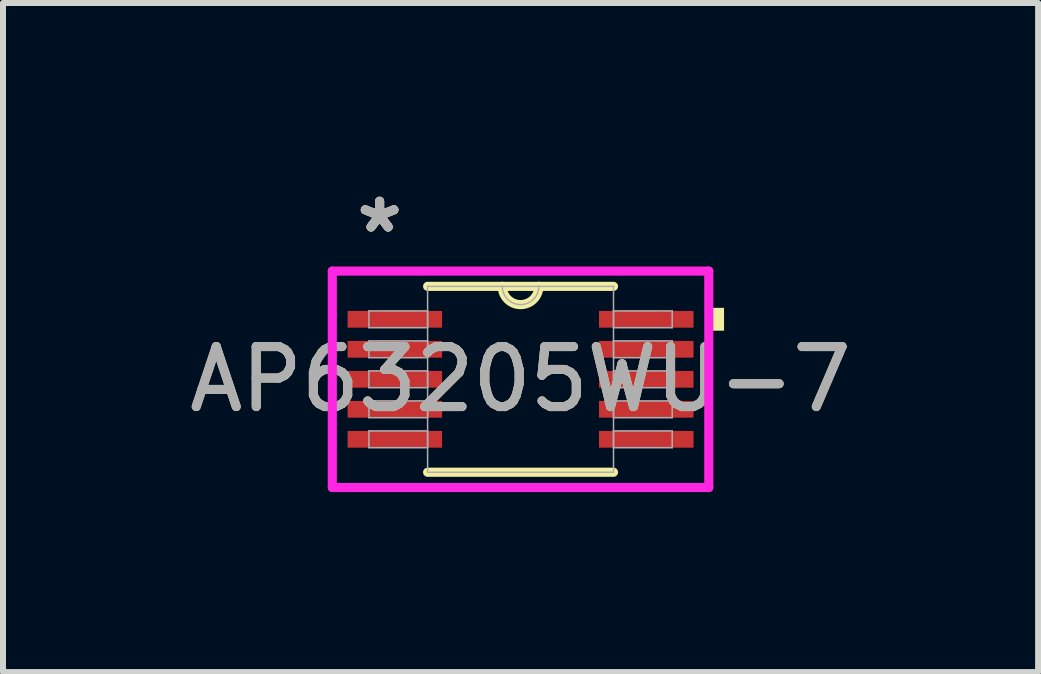
<source format=kicad_pcb>
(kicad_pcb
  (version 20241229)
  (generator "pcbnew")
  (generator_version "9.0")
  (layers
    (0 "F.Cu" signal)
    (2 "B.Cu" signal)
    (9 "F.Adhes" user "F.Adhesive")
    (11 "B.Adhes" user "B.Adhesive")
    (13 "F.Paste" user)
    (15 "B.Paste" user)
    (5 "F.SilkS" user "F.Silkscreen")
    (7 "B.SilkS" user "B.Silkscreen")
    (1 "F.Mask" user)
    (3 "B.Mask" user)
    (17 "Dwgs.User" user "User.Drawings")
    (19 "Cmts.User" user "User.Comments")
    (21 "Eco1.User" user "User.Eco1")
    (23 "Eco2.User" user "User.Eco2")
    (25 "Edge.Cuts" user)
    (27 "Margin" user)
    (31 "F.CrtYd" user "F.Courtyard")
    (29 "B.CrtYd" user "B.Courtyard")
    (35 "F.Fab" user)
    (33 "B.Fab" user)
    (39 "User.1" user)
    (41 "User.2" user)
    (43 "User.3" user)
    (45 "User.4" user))
  (footprint "AP63205WU-7"
    (layer "F.Cu")
    (at 5.625 3.271)
    (property "Reference" "AP63205WU-7" (at 0 0 0) (unlocked yes) (layer "F.SilkS") (effects (font (size 1 1) (thickness 0.15))))
    (attr smd)
    (fp_line (start -1.549 1.549) (end 1.549 1.549) (stroke (width 0.152) (type solid)) (layer "F.SilkS"))
    (fp_line (start 1.549 -1.549) (end -1.549 -1.549) (stroke (width 0.152) (type solid)) (layer "F.SilkS"))
    (fp_arc (start 0.3048 -1.5494) (mid 0 -1.2446) (end -0.3048 -1.5494) (stroke (width 0.1524) (type solid)) (layer "F.SilkS"))
    (fp_poly (pts (xy 3.391 -1.191) (xy 3.391 -0.81) (xy 3.137 -0.81) (xy 3.137 -1.191)) (stroke (width 0) (type solid)) (fill yes) (layer "F.SilkS"))
    (fp_line (start -3.137 -1.803) (end 3.137 -1.803) (stroke (width 0.152) (type solid)) (layer "F.CrtYd"))
    (fp_line (start -3.137 1.803) (end -3.137 -1.803) (stroke (width 0.152) (type solid)) (layer "F.CrtYd"))
    (fp_line (start 3.137 -1.803) (end 3.137 1.803) (stroke (width 0.152) (type solid)) (layer "F.CrtYd"))
    (fp_line (start 3.137 1.803) (end -3.137 1.803) (stroke (width 0.152) (type solid)) (layer "F.CrtYd"))
    (fp_line (start -2.527 -1.14) (end -2.527 -0.86) (stroke (width 0.025) (type solid)) (layer "F.Fab"))
    (fp_line (start -2.527 -0.86) (end -1.549 -0.86) (stroke (width 0.025) (type solid)) (layer "F.Fab"))
    (fp_line (start -2.527 -0.64) (end -2.527 -0.36) (stroke (width 0.025) (type solid)) (layer "F.Fab"))
    (fp_line (start -2.527 -0.36) (end -1.549 -0.36) (stroke (width 0.025) (type solid)) (layer "F.Fab"))
    (fp_line (start -2.527 -0.14) (end -2.527 0.14) (stroke (width 0.025) (type solid)) (layer "F.Fab"))
    (fp_line (start -2.527 0.14) (end -1.549 0.14) (stroke (width 0.025) (type solid)) (layer "F.Fab"))
    (fp_line (start -2.527 0.36) (end -2.527 0.64) (stroke (width 0.025) (type solid)) (layer "F.Fab"))
    (fp_line (start -2.527 0.64) (end -1.549 0.64) (stroke (width 0.025) (type solid)) (layer "F.Fab"))
    (fp_line (start -2.527 0.86) (end -2.527 1.14) (stroke (width 0.025) (type solid)) (layer "F.Fab"))
    (fp_line (start -2.527 1.14) (end -1.549 1.14) (stroke (width 0.025) (type solid)) (layer "F.Fab"))
    (fp_line (start -1.549 -1.549) (end -1.549 1.549) (stroke (width 0.025) (type solid)) (layer "F.Fab"))
    (fp_line (start -1.549 -1.14) (end -2.527 -1.14) (stroke (width 0.025) (type solid)) (layer "F.Fab"))
    (fp_line (start -1.549 -0.86) (end -1.549 -1.14) (stroke (width 0.025) (type solid)) (layer "F.Fab"))
    (fp_line (start -1.549 -0.64) (end -2.527 -0.64) (stroke (width 0.025) (type solid)) (layer "F.Fab"))
    (fp_line (start -1.549 -0.36) (end -1.549 -0.64) (stroke (width 0.025) (type solid)) (layer "F.Fab"))
    (fp_line (start -1.549 -0.14) (end -2.527 -0.14) (stroke (width 0.025) (type solid)) (layer "F.Fab"))
    (fp_line (start -1.549 0.14) (end -1.549 -0.14) (stroke (width 0.025) (type solid)) (layer "F.Fab"))
    (fp_line (start -1.549 0.36) (end -2.527 0.36) (stroke (width 0.025) (type solid)) (layer "F.Fab"))
    (fp_line (start -1.549 0.64) (end -1.549 0.36) (stroke (width 0.025) (type solid)) (layer "F.Fab"))
    (fp_line (start -1.549 0.86) (end -2.527 0.86) (stroke (width 0.025) (type solid)) (layer "F.Fab"))
    (fp_line (start -1.549 1.14) (end -1.549 0.86) (stroke (width 0.025) (type solid)) (layer "F.Fab"))
    (fp_line (start -1.549 1.549) (end 1.549 1.549) (stroke (width 0.025) (type solid)) (layer "F.Fab"))
    (fp_line (start 1.549 -1.549) (end -1.549 -1.549) (stroke (width 0.025) (type solid)) (layer "F.Fab"))
    (fp_line (start 1.549 -1.14) (end 1.549 -0.86) (stroke (width 0.025) (type solid)) (layer "F.Fab"))
    (fp_line (start 1.549 -0.86) (end 2.527 -0.86) (stroke (width 0.025) (type solid)) (layer "F.Fab"))
    (fp_line (start 1.549 -0.64) (end 1.549 -0.36) (stroke (width 0.025) (type solid)) (layer "F.Fab"))
    (fp_line (start 1.549 -0.36) (end 2.527 -0.36) (stroke (width 0.025) (type solid)) (layer "F.Fab"))
    (fp_line (start 1.549 -0.14) (end 1.549 0.14) (stroke (width 0.025) (type solid)) (layer "F.Fab"))
    (fp_line (start 1.549 0.14) (end 2.527 0.14) (stroke (width 0.025) (type solid)) (layer "F.Fab"))
    (fp_line (start 1.549 0.36) (end 1.549 0.64) (stroke (width 0.025) (type solid)) (layer "F.Fab"))
    (fp_line (start 1.549 0.64) (end 2.527 0.64) (stroke (width 0.025) (type solid)) (layer "F.Fab"))
    (fp_line (start 1.549 0.86) (end 1.549 1.14) (stroke (width 0.025) (type solid)) (layer "F.Fab"))
    (fp_line (start 1.549 1.14) (end 2.527 1.14) (stroke (width 0.025) (type solid)) (layer "F.Fab"))
    (fp_line (start 1.549 1.549) (end 1.549 -1.549) (stroke (width 0.025) (type solid)) (layer "F.Fab"))
    (fp_line (start 2.527 -1.14) (end 1.549 -1.14) (stroke (width 0.025) (type solid)) (layer "F.Fab"))
    (fp_line (start 2.527 -0.86) (end 2.527 -1.14) (stroke (width 0.025) (type solid)) (layer "F.Fab"))
    (fp_line (start 2.527 -0.64) (end 1.549 -0.64) (stroke (width 0.025) (type solid)) (layer "F.Fab"))
    (fp_line (start 2.527 -0.36) (end 2.527 -0.64) (stroke (width 0.025) (type solid)) (layer "F.Fab"))
    (fp_line (start 2.527 -0.14) (end 1.549 -0.14) (stroke (width 0.025) (type solid)) (layer "F.Fab"))
    (fp_line (start 2.527 0.14) (end 2.527 -0.14) (stroke (width 0.025) (type solid)) (layer "F.Fab"))
    (fp_line (start 2.527 0.36) (end 1.549 0.36) (stroke (width 0.025) (type solid)) (layer "F.Fab"))
    (fp_line (start 2.527 0.64) (end 2.527 0.36) (stroke (width 0.025) (type solid)) (layer "F.Fab"))
    (fp_line (start 2.527 0.86) (end 1.549 0.86) (stroke (width 0.025) (type solid)) (layer "F.Fab"))
    (fp_line (start 2.527 1.14) (end 2.527 0.86) (stroke (width 0.025) (type solid)) (layer "F.Fab"))
    (fp_arc (start 0.3048 -1.5494) (mid 0 -1.2446) (end -0.3048 -1.5494) (stroke (width 0.0254) (type solid)) (layer "F.Fab"))
    (fp_text user "*" (at -2.349 -2.422 0) (unlocked yes) (layer "F.SilkS") (effects (font (size 1 1) (thickness 0.15))))
    (fp_text user "*" (at -2.349 -2.422 0) (layer "F.SilkS") (effects (font (size 1 1) (thickness 0.15))))
    (fp_text user "*" (at -2.349 -2.422 0) (unlocked yes) (layer "F.Fab") (effects (font (size 1 1) (thickness 0.15))))
    (fp_text user "${REFERENCE}" (at 0 0 0) (unlocked yes) (layer "F.Fab") (effects (font (size 1 1) (thickness 0.15))))
    (fp_text user "*" (at -2.349 -2.422 0) (layer "F.Fab") (effects (font (size 1 1) (thickness 0.15))))
    (pad "1" smd rect (at -2.095 -1) (size 1.575 0.279) (layers "F.Cu" "F.Mask" "F.Paste"))
    (pad "2" smd rect (at -2.095 -0.5) (size 1.575 0.279) (layers "F.Cu" "F.Mask" "F.Paste"))
    (pad "3" smd rect (at -2.095 0) (size 1.575 0.279) (layers "F.Cu" "F.Mask" "F.Paste"))
    (pad "4" smd rect (at -2.095 0.5) (size 1.575 0.279) (layers "F.Cu" "F.Mask" "F.Paste"))
    (pad "5" smd rect (at -2.095 1) (size 1.575 0.279) (layers "F.Cu" "F.Mask" "F.Paste"))
    (pad "6" smd rect (at 2.095 1) (size 1.575 0.279) (layers "F.Cu" "F.Mask" "F.Paste"))
    (pad "7" smd rect (at 2.095 0.5) (size 1.575 0.279) (layers "F.Cu" "F.Mask" "F.Paste"))
    (pad "8" smd rect (at 2.095 0) (size 1.575 0.279) (layers "F.Cu" "F.Mask" "F.Paste"))
    (pad "9" smd rect (at 2.095 -0.5) (size 1.575 0.279) (layers "F.Cu" "F.Mask" "F.Paste"))
    (pad "10" smd rect (at 2.095 -1) (size 1.575 0.279) (layers "F.Cu" "F.Mask" "F.Paste")))
  (gr_rect
    (start -3 -3)
    (end 14.25 8.15)
    (stroke (width 0.1) (type default))
    (fill no)
    (layer "Edge.Cuts")))
</source>
